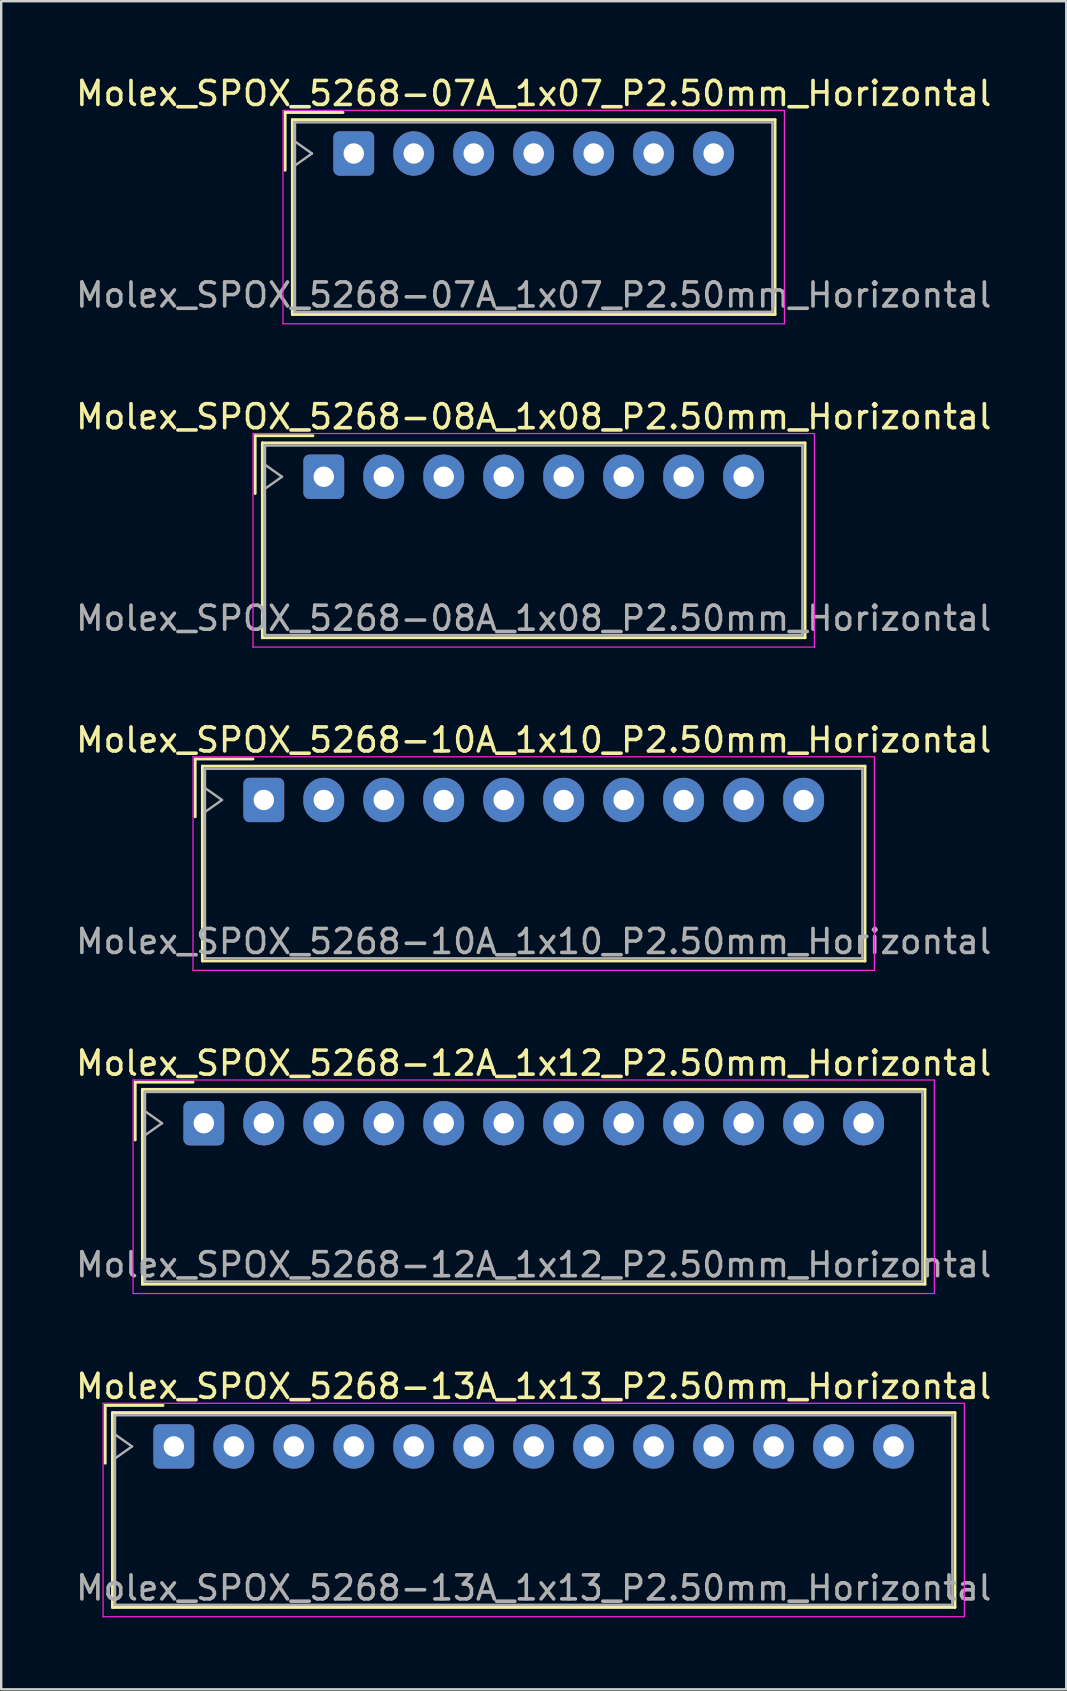
<source format=kicad_pcb>
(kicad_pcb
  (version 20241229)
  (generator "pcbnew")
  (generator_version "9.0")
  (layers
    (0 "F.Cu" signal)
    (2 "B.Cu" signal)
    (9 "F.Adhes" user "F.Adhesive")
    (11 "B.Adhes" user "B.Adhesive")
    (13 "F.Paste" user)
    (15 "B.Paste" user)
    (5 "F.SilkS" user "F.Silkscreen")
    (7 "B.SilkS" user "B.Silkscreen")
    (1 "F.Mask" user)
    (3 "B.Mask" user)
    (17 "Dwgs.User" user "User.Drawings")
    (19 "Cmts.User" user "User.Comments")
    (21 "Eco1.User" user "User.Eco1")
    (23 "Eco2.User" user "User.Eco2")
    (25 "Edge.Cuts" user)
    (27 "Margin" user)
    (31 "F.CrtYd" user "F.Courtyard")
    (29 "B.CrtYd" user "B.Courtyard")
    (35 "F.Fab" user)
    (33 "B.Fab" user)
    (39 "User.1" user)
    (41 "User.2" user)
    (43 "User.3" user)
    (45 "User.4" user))
  (footprint "Molex_SPOX_5268-10A_1x10_P2.50mm_Horizontal"
    (layer "F.Cu")
    (at 7.946 30.295)
    (property "Reference" "Molex_SPOX_5268-10A_1x10_P2.50mm_Horizontal" (at 11.25 -2.5 0) (layer "F.SilkS") (effects (font (size 1 1) (thickness 0.15))))
    (attr through_hole)
    (fp_line (start -2.86 -1.71) (end -0.45 -1.71) (stroke (width 0.12) (type solid)) (layer "F.SilkS"))
    (fp_line (start -2.86 0.7) (end -2.86 -1.71) (stroke (width 0.12) (type solid)) (layer "F.SilkS"))
    (fp_line (start -2.56 -1.41) (end -2.56 6.71) (stroke (width 0.12) (type solid)) (layer "F.SilkS"))
    (fp_line (start -2.56 6.71) (end 25.06 6.71) (stroke (width 0.12) (type solid)) (layer "F.SilkS"))
    (fp_line (start 25.06 -1.41) (end -2.56 -1.41) (stroke (width 0.12) (type solid)) (layer "F.SilkS"))
    (fp_line (start 25.06 6.71) (end 25.06 -1.41) (stroke (width 0.12) (type solid)) (layer "F.SilkS"))
    (fp_line (start -2.95 -1.8) (end -2.95 7.1) (stroke (width 0.05) (type solid)) (layer "F.CrtYd"))
    (fp_line (start -2.95 7.1) (end 25.45 7.1) (stroke (width 0.05) (type solid)) (layer "F.CrtYd"))
    (fp_line (start 25.45 -1.8) (end -2.95 -1.8) (stroke (width 0.05) (type solid)) (layer "F.CrtYd"))
    (fp_line (start 25.45 7.1) (end 25.45 -1.8) (stroke (width 0.05) (type solid)) (layer "F.CrtYd"))
    (fp_line (start -2.45 -1.3) (end -2.45 6.6) (stroke (width 0.1) (type solid)) (layer "F.Fab"))
    (fp_line (start -2.45 0.5) (end -1.743 0) (stroke (width 0.1) (type solid)) (layer "F.Fab"))
    (fp_line (start -2.45 6.6) (end 24.95 6.6) (stroke (width 0.1) (type solid)) (layer "F.Fab"))
    (fp_line (start -1.743 0) (end -2.45 -0.5) (stroke (width 0.1) (type solid)) (layer "F.Fab"))
    (fp_line (start 24.95 -1.3) (end -2.45 -1.3) (stroke (width 0.1) (type solid)) (layer "F.Fab"))
    (fp_line (start 24.95 6.6) (end 24.95 -1.3) (stroke (width 0.1) (type solid)) (layer "F.Fab"))
    (fp_text user "${REFERENCE}" (at 11.25 5.9 0) (layer "F.Fab") (effects (font (size 1 1) (thickness 0.15))))
    (pad "1" thru_hole roundrect (at 0 0) (size 1.7 1.85) (drill 0.85) (layers "*.Cu" "*.Mask") (roundrect_rratio 0.147))
    (pad "2" thru_hole oval (at 2.5 0) (size 1.7 1.85) (drill 0.85) (layers "*.Cu" "*.Mask"))
    (pad "3" thru_hole oval (at 5 0) (size 1.7 1.85) (drill 0.85) (layers "*.Cu" "*.Mask"))
    (pad "4" thru_hole oval (at 7.5 0) (size 1.7 1.85) (drill 0.85) (layers "*.Cu" "*.Mask"))
    (pad "5" thru_hole oval (at 10 0) (size 1.7 1.85) (drill 0.85) (layers "*.Cu" "*.Mask"))
    (pad "6" thru_hole oval (at 12.5 0) (size 1.7 1.85) (drill 0.85) (layers "*.Cu" "*.Mask"))
    (pad "7" thru_hole oval (at 15 0) (size 1.7 1.85) (drill 0.85) (layers "*.Cu" "*.Mask"))
    (pad "8" thru_hole oval (at 17.5 0) (size 1.7 1.85) (drill 0.85) (layers "*.Cu" "*.Mask"))
    (pad "9" thru_hole oval (at 20 0) (size 1.7 1.85) (drill 0.85) (layers "*.Cu" "*.Mask"))
    (pad "10" thru_hole oval (at 22.5 0) (size 1.7 1.85) (drill 0.85) (layers "*.Cu" "*.Mask")))
  (footprint "Molex_SPOX_5268-07A_1x07_P2.50mm_Horizontal"
    (layer "F.Cu")
    (at 11.696 3.348)
    (property "Reference" "Molex_SPOX_5268-07A_1x07_P2.50mm_Horizontal" (at 7.5 -2.5 0) (layer "F.SilkS") (effects (font (size 1 1) (thickness 0.15))))
    (attr through_hole)
    (fp_line (start -2.86 -1.71) (end -0.45 -1.71) (stroke (width 0.12) (type solid)) (layer "F.SilkS"))
    (fp_line (start -2.86 0.7) (end -2.86 -1.71) (stroke (width 0.12) (type solid)) (layer "F.SilkS"))
    (fp_line (start -2.56 -1.41) (end -2.56 6.71) (stroke (width 0.12) (type solid)) (layer "F.SilkS"))
    (fp_line (start -2.56 6.71) (end 17.56 6.71) (stroke (width 0.12) (type solid)) (layer "F.SilkS"))
    (fp_line (start 17.56 -1.41) (end -2.56 -1.41) (stroke (width 0.12) (type solid)) (layer "F.SilkS"))
    (fp_line (start 17.56 6.71) (end 17.56 -1.41) (stroke (width 0.12) (type solid)) (layer "F.SilkS"))
    (fp_line (start -2.95 -1.8) (end -2.95 7.1) (stroke (width 0.05) (type solid)) (layer "F.CrtYd"))
    (fp_line (start -2.95 7.1) (end 17.95 7.1) (stroke (width 0.05) (type solid)) (layer "F.CrtYd"))
    (fp_line (start 17.95 -1.8) (end -2.95 -1.8) (stroke (width 0.05) (type solid)) (layer "F.CrtYd"))
    (fp_line (start 17.95 7.1) (end 17.95 -1.8) (stroke (width 0.05) (type solid)) (layer "F.CrtYd"))
    (fp_line (start -2.45 -1.3) (end -2.45 6.6) (stroke (width 0.1) (type solid)) (layer "F.Fab"))
    (fp_line (start -2.45 0.5) (end -1.743 0) (stroke (width 0.1) (type solid)) (layer "F.Fab"))
    (fp_line (start -2.45 6.6) (end 17.45 6.6) (stroke (width 0.1) (type solid)) (layer "F.Fab"))
    (fp_line (start -1.743 0) (end -2.45 -0.5) (stroke (width 0.1) (type solid)) (layer "F.Fab"))
    (fp_line (start 17.45 -1.3) (end -2.45 -1.3) (stroke (width 0.1) (type solid)) (layer "F.Fab"))
    (fp_line (start 17.45 6.6) (end 17.45 -1.3) (stroke (width 0.1) (type solid)) (layer "F.Fab"))
    (fp_text user "${REFERENCE}" (at 7.5 5.9 0) (layer "F.Fab") (effects (font (size 1 1) (thickness 0.15))))
    (pad "1" thru_hole roundrect (at 0 0) (size 1.7 1.85) (drill 0.85) (layers "*.Cu" "*.Mask") (roundrect_rratio 0.147))
    (pad "2" thru_hole oval (at 2.5 0) (size 1.7 1.85) (drill 0.85) (layers "*.Cu" "*.Mask"))
    (pad "3" thru_hole oval (at 5 0) (size 1.7 1.85) (drill 0.85) (layers "*.Cu" "*.Mask"))
    (pad "4" thru_hole oval (at 7.5 0) (size 1.7 1.85) (drill 0.85) (layers "*.Cu" "*.Mask"))
    (pad "5" thru_hole oval (at 10 0) (size 1.7 1.85) (drill 0.85) (layers "*.Cu" "*.Mask"))
    (pad "6" thru_hole oval (at 12.5 0) (size 1.7 1.85) (drill 0.85) (layers "*.Cu" "*.Mask"))
    (pad "7" thru_hole oval (at 15 0) (size 1.7 1.85) (drill 0.85) (layers "*.Cu" "*.Mask")))
  (footprint "Molex_SPOX_5268-12A_1x12_P2.50mm_Horizontal"
    (layer "F.Cu")
    (at 5.446 43.768)
    (property "Reference" "Molex_SPOX_5268-12A_1x12_P2.50mm_Horizontal" (at 13.75 -2.5 0) (layer "F.SilkS") (effects (font (size 1 1) (thickness 0.15))))
    (attr through_hole)
    (fp_line (start -2.86 -1.71) (end -0.45 -1.71) (stroke (width 0.12) (type solid)) (layer "F.SilkS"))
    (fp_line (start -2.86 0.7) (end -2.86 -1.71) (stroke (width 0.12) (type solid)) (layer "F.SilkS"))
    (fp_line (start -2.56 -1.41) (end -2.56 6.71) (stroke (width 0.12) (type solid)) (layer "F.SilkS"))
    (fp_line (start -2.56 6.71) (end 30.06 6.71) (stroke (width 0.12) (type solid)) (layer "F.SilkS"))
    (fp_line (start 30.06 -1.41) (end -2.56 -1.41) (stroke (width 0.12) (type solid)) (layer "F.SilkS"))
    (fp_line (start 30.06 6.71) (end 30.06 -1.41) (stroke (width 0.12) (type solid)) (layer "F.SilkS"))
    (fp_line (start -2.95 -1.8) (end -2.95 7.1) (stroke (width 0.05) (type solid)) (layer "F.CrtYd"))
    (fp_line (start -2.95 7.1) (end 30.45 7.1) (stroke (width 0.05) (type solid)) (layer "F.CrtYd"))
    (fp_line (start 30.45 -1.8) (end -2.95 -1.8) (stroke (width 0.05) (type solid)) (layer "F.CrtYd"))
    (fp_line (start 30.45 7.1) (end 30.45 -1.8) (stroke (width 0.05) (type solid)) (layer "F.CrtYd"))
    (fp_line (start -2.45 -1.3) (end -2.45 6.6) (stroke (width 0.1) (type solid)) (layer "F.Fab"))
    (fp_line (start -2.45 0.5) (end -1.743 0) (stroke (width 0.1) (type solid)) (layer "F.Fab"))
    (fp_line (start -2.45 6.6) (end 29.95 6.6) (stroke (width 0.1) (type solid)) (layer "F.Fab"))
    (fp_line (start -1.743 0) (end -2.45 -0.5) (stroke (width 0.1) (type solid)) (layer "F.Fab"))
    (fp_line (start 29.95 -1.3) (end -2.45 -1.3) (stroke (width 0.1) (type solid)) (layer "F.Fab"))
    (fp_line (start 29.95 6.6) (end 29.95 -1.3) (stroke (width 0.1) (type solid)) (layer "F.Fab"))
    (fp_text user "${REFERENCE}" (at 13.75 5.9 0) (layer "F.Fab") (effects (font (size 1 1) (thickness 0.15))))
    (pad "1" thru_hole roundrect (at 0 0) (size 1.7 1.85) (drill 0.85) (layers "*.Cu" "*.Mask") (roundrect_rratio 0.147))
    (pad "2" thru_hole oval (at 2.5 0) (size 1.7 1.85) (drill 0.85) (layers "*.Cu" "*.Mask"))
    (pad "3" thru_hole oval (at 5 0) (size 1.7 1.85) (drill 0.85) (layers "*.Cu" "*.Mask"))
    (pad "4" thru_hole oval (at 7.5 0) (size 1.7 1.85) (drill 0.85) (layers "*.Cu" "*.Mask"))
    (pad "5" thru_hole oval (at 10 0) (size 1.7 1.85) (drill 0.85) (layers "*.Cu" "*.Mask"))
    (pad "6" thru_hole oval (at 12.5 0) (size 1.7 1.85) (drill 0.85) (layers "*.Cu" "*.Mask"))
    (pad "7" thru_hole oval (at 15 0) (size 1.7 1.85) (drill 0.85) (layers "*.Cu" "*.Mask"))
    (pad "8" thru_hole oval (at 17.5 0) (size 1.7 1.85) (drill 0.85) (layers "*.Cu" "*.Mask"))
    (pad "9" thru_hole oval (at 20 0) (size 1.7 1.85) (drill 0.85) (layers "*.Cu" "*.Mask"))
    (pad "10" thru_hole oval (at 22.5 0) (size 1.7 1.85) (drill 0.85) (layers "*.Cu" "*.Mask"))
    (pad "11" thru_hole oval (at 25 0) (size 1.7 1.85) (drill 0.85) (layers "*.Cu" "*.Mask"))
    (pad "12" thru_hole oval (at 27.5 0) (size 1.7 1.85) (drill 0.85) (layers "*.Cu" "*.Mask")))
  (footprint "Molex_SPOX_5268-13A_1x13_P2.50mm_Horizontal"
    (layer "F.Cu")
    (at 4.196 57.241)
    (property "Reference" "Molex_SPOX_5268-13A_1x13_P2.50mm_Horizontal" (at 15 -2.5 0) (layer "F.SilkS") (effects (font (size 1 1) (thickness 0.15))))
    (attr through_hole)
    (fp_line (start -2.86 -1.71) (end -0.45 -1.71) (stroke (width 0.12) (type solid)) (layer "F.SilkS"))
    (fp_line (start -2.86 0.7) (end -2.86 -1.71) (stroke (width 0.12) (type solid)) (layer "F.SilkS"))
    (fp_line (start -2.56 -1.41) (end -2.56 6.71) (stroke (width 0.12) (type solid)) (layer "F.SilkS"))
    (fp_line (start -2.56 6.71) (end 32.56 6.71) (stroke (width 0.12) (type solid)) (layer "F.SilkS"))
    (fp_line (start 32.56 -1.41) (end -2.56 -1.41) (stroke (width 0.12) (type solid)) (layer "F.SilkS"))
    (fp_line (start 32.56 6.71) (end 32.56 -1.41) (stroke (width 0.12) (type solid)) (layer "F.SilkS"))
    (fp_line (start -2.95 -1.8) (end -2.95 7.1) (stroke (width 0.05) (type solid)) (layer "F.CrtYd"))
    (fp_line (start -2.95 7.1) (end 32.95 7.1) (stroke (width 0.05) (type solid)) (layer "F.CrtYd"))
    (fp_line (start 32.95 -1.8) (end -2.95 -1.8) (stroke (width 0.05) (type solid)) (layer "F.CrtYd"))
    (fp_line (start 32.95 7.1) (end 32.95 -1.8) (stroke (width 0.05) (type solid)) (layer "F.CrtYd"))
    (fp_line (start -2.45 -1.3) (end -2.45 6.6) (stroke (width 0.1) (type solid)) (layer "F.Fab"))
    (fp_line (start -2.45 0.5) (end -1.743 0) (stroke (width 0.1) (type solid)) (layer "F.Fab"))
    (fp_line (start -2.45 6.6) (end 32.45 6.6) (stroke (width 0.1) (type solid)) (layer "F.Fab"))
    (fp_line (start -1.743 0) (end -2.45 -0.5) (stroke (width 0.1) (type solid)) (layer "F.Fab"))
    (fp_line (start 32.45 -1.3) (end -2.45 -1.3) (stroke (width 0.1) (type solid)) (layer "F.Fab"))
    (fp_line (start 32.45 6.6) (end 32.45 -1.3) (stroke (width 0.1) (type solid)) (layer "F.Fab"))
    (fp_text user "${REFERENCE}" (at 15 5.9 0) (layer "F.Fab") (effects (font (size 1 1) (thickness 0.15))))
    (pad "1" thru_hole roundrect (at 0 0) (size 1.7 1.85) (drill 0.85) (layers "*.Cu" "*.Mask") (roundrect_rratio 0.147))
    (pad "2" thru_hole oval (at 2.5 0) (size 1.7 1.85) (drill 0.85) (layers "*.Cu" "*.Mask"))
    (pad "3" thru_hole oval (at 5 0) (size 1.7 1.85) (drill 0.85) (layers "*.Cu" "*.Mask"))
    (pad "4" thru_hole oval (at 7.5 0) (size 1.7 1.85) (drill 0.85) (layers "*.Cu" "*.Mask"))
    (pad "5" thru_hole oval (at 10 0) (size 1.7 1.85) (drill 0.85) (layers "*.Cu" "*.Mask"))
    (pad "6" thru_hole oval (at 12.5 0) (size 1.7 1.85) (drill 0.85) (layers "*.Cu" "*.Mask"))
    (pad "7" thru_hole oval (at 15 0) (size 1.7 1.85) (drill 0.85) (layers "*.Cu" "*.Mask"))
    (pad "8" thru_hole oval (at 17.5 0) (size 1.7 1.85) (drill 0.85) (layers "*.Cu" "*.Mask"))
    (pad "9" thru_hole oval (at 20 0) (size 1.7 1.85) (drill 0.85) (layers "*.Cu" "*.Mask"))
    (pad "10" thru_hole oval (at 22.5 0) (size 1.7 1.85) (drill 0.85) (layers "*.Cu" "*.Mask"))
    (pad "11" thru_hole oval (at 25 0) (size 1.7 1.85) (drill 0.85) (layers "*.Cu" "*.Mask"))
    (pad "12" thru_hole oval (at 27.5 0) (size 1.7 1.85) (drill 0.85) (layers "*.Cu" "*.Mask"))
    (pad "13" thru_hole oval (at 30 0) (size 1.7 1.85) (drill 0.85) (layers "*.Cu" "*.Mask")))
  (footprint "Molex_SPOX_5268-08A_1x08_P2.50mm_Horizontal"
    (layer "F.Cu")
    (at 10.446 16.822)
    (property "Reference" "Molex_SPOX_5268-08A_1x08_P2.50mm_Horizontal" (at 8.75 -2.5 0) (layer "F.SilkS") (effects (font (size 1 1) (thickness 0.15))))
    (attr through_hole)
    (fp_line (start -2.86 -1.71) (end -0.45 -1.71) (stroke (width 0.12) (type solid)) (layer "F.SilkS"))
    (fp_line (start -2.86 0.7) (end -2.86 -1.71) (stroke (width 0.12) (type solid)) (layer "F.SilkS"))
    (fp_line (start -2.56 -1.41) (end -2.56 6.71) (stroke (width 0.12) (type solid)) (layer "F.SilkS"))
    (fp_line (start -2.56 6.71) (end 20.06 6.71) (stroke (width 0.12) (type solid)) (layer "F.SilkS"))
    (fp_line (start 20.06 -1.41) (end -2.56 -1.41) (stroke (width 0.12) (type solid)) (layer "F.SilkS"))
    (fp_line (start 20.06 6.71) (end 20.06 -1.41) (stroke (width 0.12) (type solid)) (layer "F.SilkS"))
    (fp_line (start -2.95 -1.8) (end -2.95 7.1) (stroke (width 0.05) (type solid)) (layer "F.CrtYd"))
    (fp_line (start -2.95 7.1) (end 20.45 7.1) (stroke (width 0.05) (type solid)) (layer "F.CrtYd"))
    (fp_line (start 20.45 -1.8) (end -2.95 -1.8) (stroke (width 0.05) (type solid)) (layer "F.CrtYd"))
    (fp_line (start 20.45 7.1) (end 20.45 -1.8) (stroke (width 0.05) (type solid)) (layer "F.CrtYd"))
    (fp_line (start -2.45 -1.3) (end -2.45 6.6) (stroke (width 0.1) (type solid)) (layer "F.Fab"))
    (fp_line (start -2.45 0.5) (end -1.743 0) (stroke (width 0.1) (type solid)) (layer "F.Fab"))
    (fp_line (start -2.45 6.6) (end 19.95 6.6) (stroke (width 0.1) (type solid)) (layer "F.Fab"))
    (fp_line (start -1.743 0) (end -2.45 -0.5) (stroke (width 0.1) (type solid)) (layer "F.Fab"))
    (fp_line (start 19.95 -1.3) (end -2.45 -1.3) (stroke (width 0.1) (type solid)) (layer "F.Fab"))
    (fp_line (start 19.95 6.6) (end 19.95 -1.3) (stroke (width 0.1) (type solid)) (layer "F.Fab"))
    (fp_text user "${REFERENCE}" (at 8.75 5.9 0) (layer "F.Fab") (effects (font (size 1 1) (thickness 0.15))))
    (pad "1" thru_hole roundrect (at 0 0) (size 1.7 1.85) (drill 0.85) (layers "*.Cu" "*.Mask") (roundrect_rratio 0.147))
    (pad "2" thru_hole oval (at 2.5 0) (size 1.7 1.85) (drill 0.85) (layers "*.Cu" "*.Mask"))
    (pad "3" thru_hole oval (at 5 0) (size 1.7 1.85) (drill 0.85) (layers "*.Cu" "*.Mask"))
    (pad "4" thru_hole oval (at 7.5 0) (size 1.7 1.85) (drill 0.85) (layers "*.Cu" "*.Mask"))
    (pad "5" thru_hole oval (at 10 0) (size 1.7 1.85) (drill 0.85) (layers "*.Cu" "*.Mask"))
    (pad "6" thru_hole oval (at 12.5 0) (size 1.7 1.85) (drill 0.85) (layers "*.Cu" "*.Mask"))
    (pad "7" thru_hole oval (at 15 0) (size 1.7 1.85) (drill 0.85) (layers "*.Cu" "*.Mask"))
    (pad "8" thru_hole oval (at 17.5 0) (size 1.7 1.85) (drill 0.85) (layers "*.Cu" "*.Mask")))
  (gr_rect
    (start -3 -3)
    (end 41.393 67.366)
    (stroke (width 0.1) (type default))
    (fill no)
    (layer "Edge.Cuts")))
</source>
